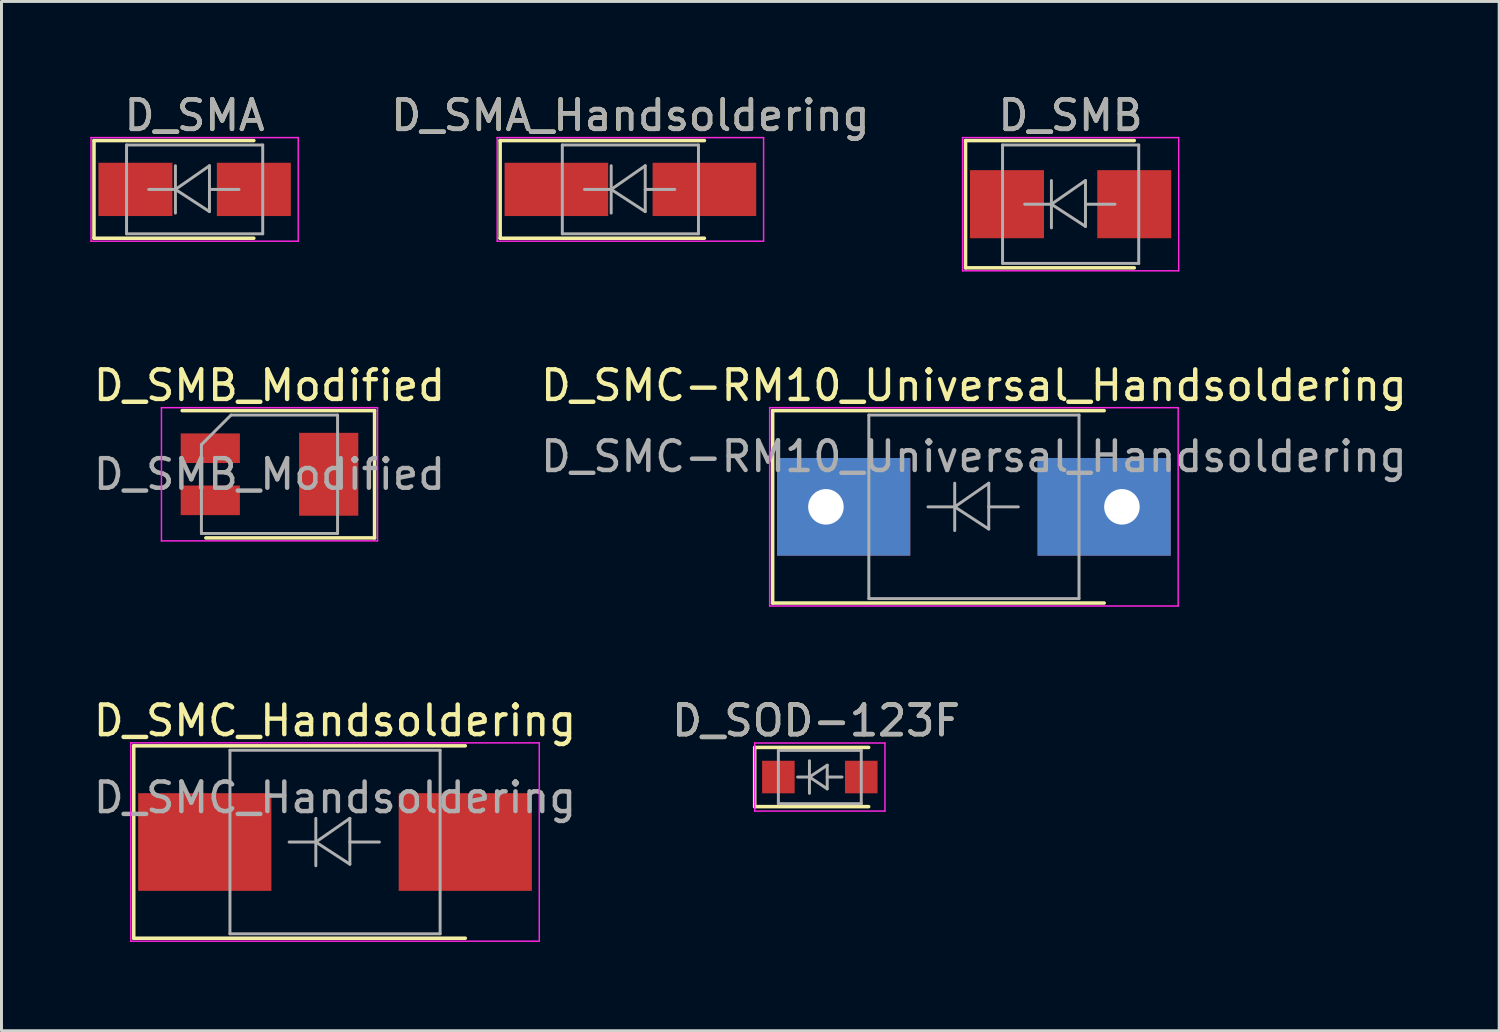
<source format=kicad_pcb>
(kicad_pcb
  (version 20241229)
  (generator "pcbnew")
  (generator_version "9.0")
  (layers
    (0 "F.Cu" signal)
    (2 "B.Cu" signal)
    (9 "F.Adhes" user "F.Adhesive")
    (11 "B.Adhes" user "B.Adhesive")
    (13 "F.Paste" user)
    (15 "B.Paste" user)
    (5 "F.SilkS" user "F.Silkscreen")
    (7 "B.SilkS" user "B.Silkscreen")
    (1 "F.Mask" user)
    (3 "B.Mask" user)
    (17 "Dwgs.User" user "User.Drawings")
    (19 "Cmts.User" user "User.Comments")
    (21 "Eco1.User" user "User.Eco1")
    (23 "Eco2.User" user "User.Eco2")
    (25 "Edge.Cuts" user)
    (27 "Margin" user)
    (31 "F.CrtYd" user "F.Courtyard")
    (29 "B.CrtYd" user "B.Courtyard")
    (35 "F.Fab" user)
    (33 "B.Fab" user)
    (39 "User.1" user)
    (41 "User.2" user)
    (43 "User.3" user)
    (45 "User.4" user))
  (footprint "D_SMA"
    (layer "F.Cu")
    (at 3.525 3.348)
    (property "Reference" "D_SMA" (at 0 -2.5 0) (layer "F.SilkS") (effects (font (size 1 1) (thickness 0.15))))
    (attr smd)
    (fp_line (start -3.4 -1.65) (end -3.4 1.65) (stroke (width 0.12) (type solid)) (layer "F.SilkS"))
    (fp_line (start -3.4 -1.65) (end 2 -1.65) (stroke (width 0.12) (type solid)) (layer "F.SilkS"))
    (fp_line (start -3.4 1.65) (end 2 1.65) (stroke (width 0.12) (type solid)) (layer "F.SilkS"))
    (fp_line (start -3.5 -1.75) (end 3.5 -1.75) (stroke (width 0.05) (type solid)) (layer "F.CrtYd"))
    (fp_line (start -3.5 1.75) (end -3.5 -1.75) (stroke (width 0.05) (type solid)) (layer "F.CrtYd"))
    (fp_line (start 3.5 -1.75) (end 3.5 1.75) (stroke (width 0.05) (type solid)) (layer "F.CrtYd"))
    (fp_line (start 3.5 1.75) (end -3.5 1.75) (stroke (width 0.05) (type solid)) (layer "F.CrtYd"))
    (fp_line (start -2.3 1.5) (end -2.3 -1.5) (stroke (width 0.1) (type solid)) (layer "F.Fab"))
    (fp_line (start -0.649 -0.799) (end -0.649 0.801) (stroke (width 0.1) (type solid)) (layer "F.Fab"))
    (fp_line (start -0.649 0.001) (end -1.551 0.001) (stroke (width 0.1) (type solid)) (layer "F.Fab"))
    (fp_line (start -0.649 0.001) (end 0.501 -0.799) (stroke (width 0.1) (type solid)) (layer "F.Fab"))
    (fp_line (start -0.649 0.001) (end 0.501 0.75) (stroke (width 0.1) (type solid)) (layer "F.Fab"))
    (fp_line (start 0.501 0.001) (end 1.499 0.001) (stroke (width 0.1) (type solid)) (layer "F.Fab"))
    (fp_line (start 0.501 0.75) (end 0.501 -0.799) (stroke (width 0.1) (type solid)) (layer "F.Fab"))
    (fp_line (start 2.3 -1.5) (end -2.3 -1.5) (stroke (width 0.1) (type solid)) (layer "F.Fab"))
    (fp_line (start 2.3 -1.5) (end 2.3 1.5) (stroke (width 0.1) (type solid)) (layer "F.Fab"))
    (fp_line (start 2.3 1.5) (end -2.3 1.5) (stroke (width 0.1) (type solid)) (layer "F.Fab"))
    (fp_text user "${REFERENCE}" (at 0 -2.5 0) (layer "F.Fab") (effects (font (size 1 1) (thickness 0.15))))
    (pad "1" smd rect (at -2 0) (size 2.5 1.8) (layers "F.Cu" "F.Mask" "F.Paste"))
    (pad "2" smd rect (at 2 0) (size 2.5 1.8) (layers "F.Cu" "F.Mask" "F.Paste")))
  (footprint "D_SMB"
    (layer "F.Cu")
    (at 33.118 3.848)
    (property "Reference" "D_SMB" (at 0 -3 0) (layer "F.SilkS") (effects (font (size 1 1) (thickness 0.15))))
    (attr smd)
    (fp_line (start -3.55 -2.15) (end -3.55 2.15) (stroke (width 0.12) (type solid)) (layer "F.SilkS"))
    (fp_line (start -3.55 -2.15) (end 2.15 -2.15) (stroke (width 0.12) (type solid)) (layer "F.SilkS"))
    (fp_line (start -3.55 2.15) (end 2.15 2.15) (stroke (width 0.12) (type solid)) (layer "F.SilkS"))
    (fp_line (start -3.65 -2.25) (end 3.65 -2.25) (stroke (width 0.05) (type solid)) (layer "F.CrtYd"))
    (fp_line (start -3.65 2.25) (end -3.65 -2.25) (stroke (width 0.05) (type solid)) (layer "F.CrtYd"))
    (fp_line (start 3.65 -2.25) (end 3.65 2.25) (stroke (width 0.05) (type solid)) (layer "F.CrtYd"))
    (fp_line (start 3.65 2.25) (end -3.65 2.25) (stroke (width 0.05) (type solid)) (layer "F.CrtYd"))
    (fp_line (start -2.3 2) (end -2.3 -2) (stroke (width 0.1) (type solid)) (layer "F.Fab"))
    (fp_line (start -0.649 -0.799) (end -0.649 0.801) (stroke (width 0.1) (type solid)) (layer "F.Fab"))
    (fp_line (start -0.649 0.001) (end -1.551 0.001) (stroke (width 0.1) (type solid)) (layer "F.Fab"))
    (fp_line (start -0.649 0.001) (end 0.501 -0.799) (stroke (width 0.1) (type solid)) (layer "F.Fab"))
    (fp_line (start -0.649 0.001) (end 0.501 0.75) (stroke (width 0.1) (type solid)) (layer "F.Fab"))
    (fp_line (start 0.501 0.001) (end 1.499 0.001) (stroke (width 0.1) (type solid)) (layer "F.Fab"))
    (fp_line (start 0.501 0.75) (end 0.501 -0.799) (stroke (width 0.1) (type solid)) (layer "F.Fab"))
    (fp_line (start 2.3 -2) (end -2.3 -2) (stroke (width 0.1) (type solid)) (layer "F.Fab"))
    (fp_line (start 2.3 -2) (end 2.3 2) (stroke (width 0.1) (type solid)) (layer "F.Fab"))
    (fp_line (start 2.3 2) (end -2.3 2) (stroke (width 0.1) (type solid)) (layer "F.Fab"))
    (fp_text user "${REFERENCE}" (at 0 -3 0) (layer "F.Fab") (effects (font (size 1 1) (thickness 0.15))))
    (pad "1" smd rect (at -2.15 0) (size 2.5 2.3) (layers "F.Cu" "F.Mask" "F.Paste"))
    (pad "2" smd rect (at 2.15 0) (size 2.5 2.3) (layers "F.Cu" "F.Mask" "F.Paste")))
  (footprint "D_SMA_Handsoldering"
    (layer "F.Cu")
    (at 18.246 3.348)
    (property "Reference" "D_SMA_Handsoldering" (at 0 -2.5 0) (layer "F.SilkS") (effects (font (size 1 1) (thickness 0.15))))
    (attr smd)
    (fp_line (start -4.4 -1.65) (end -4.4 1.65) (stroke (width 0.12) (type solid)) (layer "F.SilkS"))
    (fp_line (start -4.4 -1.65) (end 2.5 -1.65) (stroke (width 0.12) (type solid)) (layer "F.SilkS"))
    (fp_line (start -4.4 1.65) (end 2.5 1.65) (stroke (width 0.12) (type solid)) (layer "F.SilkS"))
    (fp_line (start -4.5 -1.75) (end 4.5 -1.75) (stroke (width 0.05) (type solid)) (layer "F.CrtYd"))
    (fp_line (start -4.5 1.75) (end -4.5 -1.75) (stroke (width 0.05) (type solid)) (layer "F.CrtYd"))
    (fp_line (start 4.5 -1.75) (end 4.5 1.75) (stroke (width 0.05) (type solid)) (layer "F.CrtYd"))
    (fp_line (start 4.5 1.75) (end -4.5 1.75) (stroke (width 0.05) (type solid)) (layer "F.CrtYd"))
    (fp_line (start -2.3 1.5) (end -2.3 -1.5) (stroke (width 0.1) (type solid)) (layer "F.Fab"))
    (fp_line (start -0.649 -0.799) (end -0.649 0.801) (stroke (width 0.1) (type solid)) (layer "F.Fab"))
    (fp_line (start -0.649 0.001) (end -1.551 0.001) (stroke (width 0.1) (type solid)) (layer "F.Fab"))
    (fp_line (start -0.649 0.001) (end 0.501 -0.799) (stroke (width 0.1) (type solid)) (layer "F.Fab"))
    (fp_line (start -0.649 0.001) (end 0.501 0.75) (stroke (width 0.1) (type solid)) (layer "F.Fab"))
    (fp_line (start 0.501 0.001) (end 1.499 0.001) (stroke (width 0.1) (type solid)) (layer "F.Fab"))
    (fp_line (start 0.501 0.75) (end 0.501 -0.799) (stroke (width 0.1) (type solid)) (layer "F.Fab"))
    (fp_line (start 2.3 -1.5) (end -2.3 -1.5) (stroke (width 0.1) (type solid)) (layer "F.Fab"))
    (fp_line (start 2.3 -1.5) (end 2.3 1.5) (stroke (width 0.1) (type solid)) (layer "F.Fab"))
    (fp_line (start 2.3 1.5) (end -2.3 1.5) (stroke (width 0.1) (type solid)) (layer "F.Fab"))
    (fp_text user "${REFERENCE}" (at 0 -2.5 0) (layer "F.Fab") (effects (font (size 1 1) (thickness 0.15))))
    (pad "1" smd rect (at -2.5 0) (size 3.5 1.8) (layers "F.Cu" "F.Mask" "F.Paste"))
    (pad "2" smd rect (at 2.5 0) (size 3.5 1.8) (layers "F.Cu" "F.Mask" "F.Paste")))
  (footprint "D_SMB_Modified"
    (layer "F.Cu")
    (at 6.054 12.972)
    (property "Reference" "D_SMB_Modified" (at 0 -3 0) (layer "F.SilkS") (effects (font (size 1 1) (thickness 0.15))))
    (attr smd)
    (fp_line (start 3.55 -2.15) (end -2.95 -2.15) (stroke (width 0.12) (type solid)) (layer "F.SilkS"))
    (fp_line (start 3.55 -2.15) (end 3.55 2.15) (stroke (width 0.12) (type solid)) (layer "F.SilkS"))
    (fp_line (start 3.55 2.15) (end -2.15 2.15) (stroke (width 0.12) (type solid)) (layer "F.SilkS"))
    (fp_line (start -3.65 -2.25) (end 3.65 -2.25) (stroke (width 0.05) (type solid)) (layer "F.CrtYd"))
    (fp_line (start -3.65 2.25) (end -3.65 -2.25) (stroke (width 0.05) (type solid)) (layer "F.CrtYd"))
    (fp_line (start 3.65 -2.25) (end 3.65 2.25) (stroke (width 0.05) (type solid)) (layer "F.CrtYd"))
    (fp_line (start 3.65 2.25) (end -3.65 2.25) (stroke (width 0.05) (type solid)) (layer "F.CrtYd"))
    (fp_line (start -2.3 2) (end -2.3 -1) (stroke (width 0.1) (type solid)) (layer "F.Fab"))
    (fp_line (start -1.3 -2) (end -2.3 -1) (stroke (width 0.1) (type solid)) (layer "F.Fab"))
    (fp_line (start 2.3 -2) (end -1.3 -2) (stroke (width 0.1) (type solid)) (layer "F.Fab"))
    (fp_line (start 2.3 -2) (end 2.3 2) (stroke (width 0.1) (type solid)) (layer "F.Fab"))
    (fp_line (start 2.3 2) (end -2.3 2) (stroke (width 0.1) (type solid)) (layer "F.Fab"))
    (fp_text user "${REFERENCE}" (at 0 0 0) (layer "F.Fab") (effects (font (size 1 1) (thickness 0.15))))
    (pad "1" smd rect (at -2 -0.88) (size 2 1) (layers "F.Cu" "F.Mask" "F.Paste"))
    (pad "2" smd rect (at 2 0) (size 2 2.8) (layers "F.Cu" "F.Mask" "F.Paste"))
    (pad "3" smd rect (at -2 0.88) (size 2 1) (layers "F.Cu" "F.Mask" "F.Paste")))
  (footprint "D_SOD-123F"
    (layer "F.Cu")
    (at 24.645 23.2)
    (property "Reference" "D_SOD-123F" (at -0.127 -1.905 0) (layer "F.SilkS") (effects (font (size 1 1) (thickness 0.15))))
    (attr smd)
    (fp_line (start -2.2 -1) (end -2.2 1) (stroke (width 0.12) (type solid)) (layer "F.SilkS"))
    (fp_line (start -2.2 -1) (end 1.65 -1) (stroke (width 0.12) (type solid)) (layer "F.SilkS"))
    (fp_line (start -2.2 1) (end 1.65 1) (stroke (width 0.12) (type solid)) (layer "F.SilkS"))
    (fp_line (start -2.2 -1.15) (end -2.2 1.15) (stroke (width 0.05) (type solid)) (layer "F.CrtYd"))
    (fp_line (start -2.2 -1.15) (end 2.2 -1.15) (stroke (width 0.05) (type solid)) (layer "F.CrtYd"))
    (fp_line (start 2.2 -1.15) (end 2.2 1.15) (stroke (width 0.05) (type solid)) (layer "F.CrtYd"))
    (fp_line (start 2.2 1.15) (end -2.2 1.15) (stroke (width 0.05) (type solid)) (layer "F.CrtYd"))
    (fp_line (start -1.4 -0.9) (end 1.4 -0.9) (stroke (width 0.1) (type solid)) (layer "F.Fab"))
    (fp_line (start -1.4 0.9) (end -1.4 -0.9) (stroke (width 0.1) (type solid)) (layer "F.Fab"))
    (fp_line (start -0.75 0) (end -0.35 0) (stroke (width 0.1) (type solid)) (layer "F.Fab"))
    (fp_line (start -0.35 0) (end -0.35 -0.55) (stroke (width 0.1) (type solid)) (layer "F.Fab"))
    (fp_line (start -0.35 0) (end -0.35 0.55) (stroke (width 0.1) (type solid)) (layer "F.Fab"))
    (fp_line (start -0.35 0) (end 0.25 -0.4) (stroke (width 0.1) (type solid)) (layer "F.Fab"))
    (fp_line (start 0.25 -0.4) (end 0.25 0.4) (stroke (width 0.1) (type solid)) (layer "F.Fab"))
    (fp_line (start 0.25 0) (end 0.75 0) (stroke (width 0.1) (type solid)) (layer "F.Fab"))
    (fp_line (start 0.25 0.4) (end -0.35 0) (stroke (width 0.1) (type solid)) (layer "F.Fab"))
    (fp_line (start 1.4 -0.9) (end 1.4 0.9) (stroke (width 0.1) (type solid)) (layer "F.Fab"))
    (fp_line (start 1.4 0.9) (end -1.4 0.9) (stroke (width 0.1) (type solid)) (layer "F.Fab"))
    (fp_text user "${REFERENCE}" (at -0.127 -1.905 0) (layer "F.Fab") (effects (font (size 1 1) (thickness 0.15))))
    (pad "1" smd rect (at -1.4 0) (size 1.1 1.1) (layers "F.Cu" "F.Mask" "F.Paste"))
    (pad "2" smd rect (at 1.4 0) (size 1.1 1.1) (layers "F.Cu" "F.Mask" "F.Paste")))
  (footprint "D_SMC_Handsoldering"
    (layer "F.Cu")
    (at 8.268 25.395)
    (property "Reference" "D_SMC_Handsoldering" (at 0 -4.1 0) (layer "F.SilkS") (effects (font (size 1 1) (thickness 0.15))))
    (attr smd)
    (fp_line (start -6.8 -3.25) (end 4.4 -3.25) (stroke (width 0.12) (type solid)) (layer "F.SilkS"))
    (fp_line (start -6.8 3.25) (end -6.8 -3.25) (stroke (width 0.12) (type solid)) (layer "F.SilkS"))
    (fp_line (start -6.8 3.25) (end 4.4 3.25) (stroke (width 0.12) (type solid)) (layer "F.SilkS"))
    (fp_line (start -6.9 -3.35) (end 6.9 -3.35) (stroke (width 0.05) (type solid)) (layer "F.CrtYd"))
    (fp_line (start -6.9 3.35) (end -6.9 -3.35) (stroke (width 0.05) (type solid)) (layer "F.CrtYd"))
    (fp_line (start 6.9 -3.35) (end 6.9 3.35) (stroke (width 0.05) (type solid)) (layer "F.CrtYd"))
    (fp_line (start 6.9 3.35) (end -6.9 3.35) (stroke (width 0.05) (type solid)) (layer "F.CrtYd"))
    (fp_line (start -3.55 3.1) (end -3.55 -3.1) (stroke (width 0.1) (type solid)) (layer "F.Fab"))
    (fp_line (start -0.649 -0.799) (end -0.649 0.801) (stroke (width 0.1) (type solid)) (layer "F.Fab"))
    (fp_line (start -0.649 0.001) (end -1.551 0.001) (stroke (width 0.1) (type solid)) (layer "F.Fab"))
    (fp_line (start -0.649 0.001) (end 0.501 -0.799) (stroke (width 0.1) (type solid)) (layer "F.Fab"))
    (fp_line (start -0.649 0.001) (end 0.501 0.75) (stroke (width 0.1) (type solid)) (layer "F.Fab"))
    (fp_line (start 0.501 0.001) (end 1.499 0.001) (stroke (width 0.1) (type solid)) (layer "F.Fab"))
    (fp_line (start 0.501 0.75) (end 0.501 -0.799) (stroke (width 0.1) (type solid)) (layer "F.Fab"))
    (fp_line (start 3.55 -3.1) (end -3.55 -3.1) (stroke (width 0.1) (type solid)) (layer "F.Fab"))
    (fp_line (start 3.55 -3.1) (end 3.55 3.1) (stroke (width 0.1) (type solid)) (layer "F.Fab"))
    (fp_line (start 3.55 3.1) (end -3.55 3.1) (stroke (width 0.1) (type solid)) (layer "F.Fab"))
    (fp_text user "${REFERENCE}" (at 0 -1.5 0) (layer "F.Fab") (effects (font (size 1 1) (thickness 0.15))))
    (pad "1" smd rect (at -4.4 0 90) (size 3.3 4.5) (layers "F.Cu" "F.Mask" "F.Paste"))
    (pad "2" smd rect (at 4.4 0 90) (size 3.3 4.5) (layers "F.Cu" "F.Mask" "F.Paste")))
  (footprint "D_SMC-RM10_Universal_Handsoldering"
    (layer "F.Cu")
    (at 29.851 14.072)
    (property "Reference" "D_SMC-RM10_Universal_Handsoldering" (at 0 -4.1 0) (layer "F.SilkS") (effects (font (size 1 1) (thickness 0.15))))
    (attr through_hole)
    (fp_line (start -6.8 -3.25) (end 4.4 -3.25) (stroke (width 0.12) (type solid)) (layer "F.SilkS"))
    (fp_line (start -6.8 3.25) (end -6.8 -3.25) (stroke (width 0.12) (type solid)) (layer "F.SilkS"))
    (fp_line (start -6.8 3.25) (end 4.4 3.25) (stroke (width 0.12) (type solid)) (layer "F.SilkS"))
    (fp_line (start -6.9 -3.35) (end 6.9 -3.35) (stroke (width 0.05) (type solid)) (layer "F.CrtYd"))
    (fp_line (start -6.9 3.35) (end -6.9 -3.35) (stroke (width 0.05) (type solid)) (layer "F.CrtYd"))
    (fp_line (start 6.9 -3.35) (end 6.9 3.35) (stroke (width 0.05) (type solid)) (layer "F.CrtYd"))
    (fp_line (start 6.9 3.35) (end -6.9 3.35) (stroke (width 0.05) (type solid)) (layer "F.CrtYd"))
    (fp_line (start -3.55 3.1) (end -3.55 -3.1) (stroke (width 0.1) (type solid)) (layer "F.Fab"))
    (fp_line (start -0.649 -0.799) (end -0.649 0.801) (stroke (width 0.1) (type solid)) (layer "F.Fab"))
    (fp_line (start -0.649 0.001) (end -1.551 0.001) (stroke (width 0.1) (type solid)) (layer "F.Fab"))
    (fp_line (start -0.649 0.001) (end 0.501 -0.799) (stroke (width 0.1) (type solid)) (layer "F.Fab"))
    (fp_line (start -0.649 0.001) (end 0.501 0.75) (stroke (width 0.1) (type solid)) (layer "F.Fab"))
    (fp_line (start 0.501 0.001) (end 1.499 0.001) (stroke (width 0.1) (type solid)) (layer "F.Fab"))
    (fp_line (start 0.501 0.75) (end 0.501 -0.799) (stroke (width 0.1) (type solid)) (layer "F.Fab"))
    (fp_line (start 3.55 -3.1) (end -3.55 -3.1) (stroke (width 0.1) (type solid)) (layer "F.Fab"))
    (fp_line (start 3.55 -3.1) (end 3.55 3.1) (stroke (width 0.1) (type solid)) (layer "F.Fab"))
    (fp_line (start 3.55 3.1) (end -3.55 3.1) (stroke (width 0.1) (type solid)) (layer "F.Fab"))
    (fp_text user "${REFERENCE}" (at 0 -1.7 0) (layer "F.Fab") (effects (font (size 1 1) (thickness 0.15))))
    (pad "1" thru_hole rect (at -5 0) (size 4.5 3.3) (drill 1.2 (offset 0.6 0)) (layers "*.Cu" "*.Mask"))
    (pad "2" thru_hole rect (at 5 0 180) (size 4.5 3.3) (drill 1.2 (offset 0.6 0)) (layers "*.Cu" "*.Mask")))
  (gr_rect
    (start -3 -3)
    (end 47.595 31.77)
    (stroke (width 0.1) (type default))
    (fill no)
    (layer "Edge.Cuts")))
</source>
